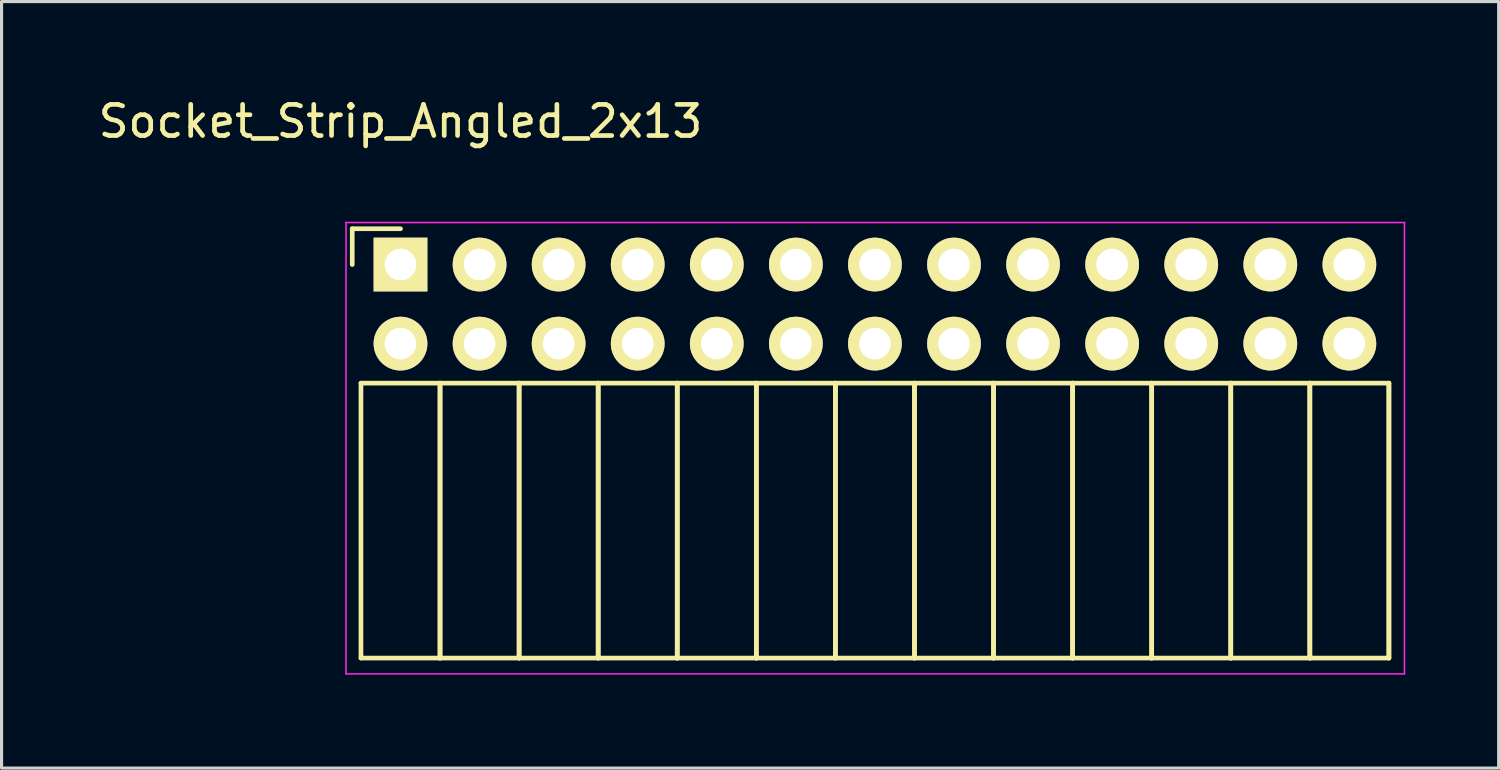
<source format=kicad_pcb>
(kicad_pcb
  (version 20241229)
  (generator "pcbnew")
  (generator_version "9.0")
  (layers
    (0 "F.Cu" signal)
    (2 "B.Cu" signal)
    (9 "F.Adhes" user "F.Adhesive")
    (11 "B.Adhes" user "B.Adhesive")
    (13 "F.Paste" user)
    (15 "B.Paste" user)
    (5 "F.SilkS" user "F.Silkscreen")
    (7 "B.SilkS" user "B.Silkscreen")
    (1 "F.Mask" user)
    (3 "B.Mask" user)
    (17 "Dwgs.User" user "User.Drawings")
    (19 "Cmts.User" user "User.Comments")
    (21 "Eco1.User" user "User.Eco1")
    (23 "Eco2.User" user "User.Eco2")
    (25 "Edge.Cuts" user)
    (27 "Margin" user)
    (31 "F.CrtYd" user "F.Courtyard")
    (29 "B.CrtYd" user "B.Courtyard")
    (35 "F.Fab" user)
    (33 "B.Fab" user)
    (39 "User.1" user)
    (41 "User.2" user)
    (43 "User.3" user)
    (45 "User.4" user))
  (footprint "Socket_Strip_Angled_2x13"
    (layer "F.Cu")
    (at 9.815 5.448)
    (property "Reference" "Socket_Strip_Angled_2x13" (at 0 -4.6 0) (layer "F.SilkS") (effects (font (size 1 1) (thickness 0.15))))
    (attr through_hole)
    (fp_line (start -1.55 -1.15) (end -1.55 0) (stroke (width 0.15) (type solid)) (layer "F.SilkS"))
    (fp_line (start -1.27 3.81) (end -1.27 12.64) (stroke (width 0.15) (type solid)) (layer "F.SilkS"))
    (fp_line (start -1.27 3.81) (end 1.27 3.81) (stroke (width 0.15) (type solid)) (layer "F.SilkS"))
    (fp_line (start -1.27 12.64) (end 1.27 12.64) (stroke (width 0.15) (type solid)) (layer "F.SilkS"))
    (fp_line (start 0 -1.15) (end -1.55 -1.15) (stroke (width 0.15) (type solid)) (layer "F.SilkS"))
    (fp_line (start 1.27 3.81) (end 1.27 12.64) (stroke (width 0.15) (type solid)) (layer "F.SilkS"))
    (fp_line (start 1.27 3.81) (end 3.81 3.81) (stroke (width 0.15) (type solid)) (layer "F.SilkS"))
    (fp_line (start 1.27 12.64) (end 1.27 3.81) (stroke (width 0.15) (type solid)) (layer "F.SilkS"))
    (fp_line (start 1.27 12.64) (end 3.81 12.64) (stroke (width 0.15) (type solid)) (layer "F.SilkS"))
    (fp_line (start 3.81 3.81) (end 3.81 12.64) (stroke (width 0.15) (type solid)) (layer "F.SilkS"))
    (fp_line (start 3.81 3.81) (end 6.35 3.81) (stroke (width 0.15) (type solid)) (layer "F.SilkS"))
    (fp_line (start 3.81 12.64) (end 3.81 3.81) (stroke (width 0.15) (type solid)) (layer "F.SilkS"))
    (fp_line (start 3.81 12.64) (end 6.35 12.64) (stroke (width 0.15) (type solid)) (layer "F.SilkS"))
    (fp_line (start 6.35 3.81) (end 6.35 12.64) (stroke (width 0.15) (type solid)) (layer "F.SilkS"))
    (fp_line (start 6.35 3.81) (end 8.89 3.81) (stroke (width 0.15) (type solid)) (layer "F.SilkS"))
    (fp_line (start 6.35 12.64) (end 6.35 3.81) (stroke (width 0.15) (type solid)) (layer "F.SilkS"))
    (fp_line (start 6.35 12.64) (end 8.89 12.64) (stroke (width 0.15) (type solid)) (layer "F.SilkS"))
    (fp_line (start 8.89 3.81) (end 8.89 12.64) (stroke (width 0.15) (type solid)) (layer "F.SilkS"))
    (fp_line (start 8.89 3.81) (end 11.43 3.81) (stroke (width 0.15) (type solid)) (layer "F.SilkS"))
    (fp_line (start 8.89 12.64) (end 8.89 3.81) (stroke (width 0.15) (type solid)) (layer "F.SilkS"))
    (fp_line (start 8.89 12.64) (end 11.43 12.64) (stroke (width 0.15) (type solid)) (layer "F.SilkS"))
    (fp_line (start 11.43 3.81) (end 11.43 12.64) (stroke (width 0.15) (type solid)) (layer "F.SilkS"))
    (fp_line (start 11.43 3.81) (end 13.97 3.81) (stroke (width 0.15) (type solid)) (layer "F.SilkS"))
    (fp_line (start 11.43 12.64) (end 11.43 3.81) (stroke (width 0.15) (type solid)) (layer "F.SilkS"))
    (fp_line (start 11.43 12.64) (end 13.97 12.64) (stroke (width 0.15) (type solid)) (layer "F.SilkS"))
    (fp_line (start 13.97 3.81) (end 13.97 12.64) (stroke (width 0.15) (type solid)) (layer "F.SilkS"))
    (fp_line (start 13.97 3.81) (end 16.51 3.81) (stroke (width 0.15) (type solid)) (layer "F.SilkS"))
    (fp_line (start 13.97 12.64) (end 13.97 3.81) (stroke (width 0.15) (type solid)) (layer "F.SilkS"))
    (fp_line (start 13.97 12.64) (end 16.51 12.64) (stroke (width 0.15) (type solid)) (layer "F.SilkS"))
    (fp_line (start 16.51 3.81) (end 16.51 12.64) (stroke (width 0.15) (type solid)) (layer "F.SilkS"))
    (fp_line (start 16.51 3.81) (end 19.05 3.81) (stroke (width 0.15) (type solid)) (layer "F.SilkS"))
    (fp_line (start 16.51 12.64) (end 16.51 3.81) (stroke (width 0.15) (type solid)) (layer "F.SilkS"))
    (fp_line (start 16.51 12.64) (end 19.05 12.64) (stroke (width 0.15) (type solid)) (layer "F.SilkS"))
    (fp_line (start 19.05 3.81) (end 19.05 12.64) (stroke (width 0.15) (type solid)) (layer "F.SilkS"))
    (fp_line (start 19.05 3.81) (end 21.59 3.81) (stroke (width 0.15) (type solid)) (layer "F.SilkS"))
    (fp_line (start 19.05 12.64) (end 19.05 3.81) (stroke (width 0.15) (type solid)) (layer "F.SilkS"))
    (fp_line (start 19.05 12.64) (end 21.59 12.64) (stroke (width 0.15) (type solid)) (layer "F.SilkS"))
    (fp_line (start 21.59 3.81) (end 21.59 12.64) (stroke (width 0.15) (type solid)) (layer "F.SilkS"))
    (fp_line (start 21.59 3.81) (end 24.13 3.81) (stroke (width 0.15) (type solid)) (layer "F.SilkS"))
    (fp_line (start 21.59 12.64) (end 21.59 3.81) (stroke (width 0.15) (type solid)) (layer "F.SilkS"))
    (fp_line (start 21.59 12.64) (end 24.13 12.64) (stroke (width 0.15) (type solid)) (layer "F.SilkS"))
    (fp_line (start 24.13 3.81) (end 24.13 12.64) (stroke (width 0.15) (type solid)) (layer "F.SilkS"))
    (fp_line (start 24.13 3.81) (end 26.67 3.81) (stroke (width 0.15) (type solid)) (layer "F.SilkS"))
    (fp_line (start 24.13 12.64) (end 24.13 3.81) (stroke (width 0.15) (type solid)) (layer "F.SilkS"))
    (fp_line (start 24.13 12.64) (end 26.67 12.64) (stroke (width 0.15) (type solid)) (layer "F.SilkS"))
    (fp_line (start 26.67 3.81) (end 26.67 12.64) (stroke (width 0.15) (type solid)) (layer "F.SilkS"))
    (fp_line (start 26.67 3.81) (end 29.21 3.81) (stroke (width 0.15) (type solid)) (layer "F.SilkS"))
    (fp_line (start 26.67 12.64) (end 26.67 3.81) (stroke (width 0.15) (type solid)) (layer "F.SilkS"))
    (fp_line (start 26.67 12.64) (end 29.21 12.64) (stroke (width 0.15) (type solid)) (layer "F.SilkS"))
    (fp_line (start 29.21 3.81) (end 29.21 12.64) (stroke (width 0.15) (type solid)) (layer "F.SilkS"))
    (fp_line (start 29.21 3.81) (end 31.75 3.81) (stroke (width 0.15) (type solid)) (layer "F.SilkS"))
    (fp_line (start 29.21 12.64) (end 29.21 3.81) (stroke (width 0.15) (type solid)) (layer "F.SilkS"))
    (fp_line (start 29.21 12.64) (end 31.75 12.64) (stroke (width 0.15) (type solid)) (layer "F.SilkS"))
    (fp_line (start 31.75 3.81) (end 31.75 12.64) (stroke (width 0.15) (type solid)) (layer "F.SilkS"))
    (fp_line (start 31.75 12.64) (end 31.75 3.81) (stroke (width 0.15) (type solid)) (layer "F.SilkS"))
    (fp_line (start -1.75 -1.35) (end -1.75 13.15) (stroke (width 0.05) (type solid)) (layer "F.CrtYd"))
    (fp_line (start -1.75 -1.35) (end 32.25 -1.35) (stroke (width 0.05) (type solid)) (layer "F.CrtYd"))
    (fp_line (start -1.75 13.15) (end 32.25 13.15) (stroke (width 0.05) (type solid)) (layer "F.CrtYd"))
    (fp_line (start 32.25 -1.35) (end 32.25 13.15) (stroke (width 0.05) (type solid)) (layer "F.CrtYd"))
    (pad "1" thru_hole rect (at 0 0) (size 1.727 1.727) (drill 1.016) (layers "*.Cu" "*.Mask" "F.SilkS"))
    (pad "2" thru_hole oval (at 0 2.54) (size 1.727 1.727) (drill 1.016) (layers "*.Cu" "*.Mask" "F.SilkS"))
    (pad "3" thru_hole oval (at 2.54 0) (size 1.727 1.727) (drill 1.016) (layers "*.Cu" "*.Mask" "F.SilkS"))
    (pad "4" thru_hole oval (at 2.54 2.54) (size 1.727 1.727) (drill 1.016) (layers "*.Cu" "*.Mask" "F.SilkS"))
    (pad "5" thru_hole oval (at 5.08 0) (size 1.727 1.727) (drill 1.016) (layers "*.Cu" "*.Mask" "F.SilkS"))
    (pad "6" thru_hole oval (at 5.08 2.54) (size 1.727 1.727) (drill 1.016) (layers "*.Cu" "*.Mask" "F.SilkS"))
    (pad "7" thru_hole oval (at 7.62 0) (size 1.727 1.727) (drill 1.016) (layers "*.Cu" "*.Mask" "F.SilkS"))
    (pad "8" thru_hole oval (at 7.62 2.54) (size 1.727 1.727) (drill 1.016) (layers "*.Cu" "*.Mask" "F.SilkS"))
    (pad "9" thru_hole oval (at 10.16 0) (size 1.727 1.727) (drill 1.016) (layers "*.Cu" "*.Mask" "F.SilkS"))
    (pad "10" thru_hole oval (at 10.16 2.54) (size 1.727 1.727) (drill 1.016) (layers "*.Cu" "*.Mask" "F.SilkS"))
    (pad "11" thru_hole oval (at 12.7 0) (size 1.727 1.727) (drill 1.016) (layers "*.Cu" "*.Mask" "F.SilkS"))
    (pad "12" thru_hole oval (at 12.7 2.54) (size 1.727 1.727) (drill 1.016) (layers "*.Cu" "*.Mask" "F.SilkS"))
    (pad "13" thru_hole oval (at 15.24 0) (size 1.727 1.727) (drill 1.016) (layers "*.Cu" "*.Mask" "F.SilkS"))
    (pad "14" thru_hole oval (at 15.24 2.54) (size 1.727 1.727) (drill 1.016) (layers "*.Cu" "*.Mask" "F.SilkS"))
    (pad "15" thru_hole oval (at 17.78 0) (size 1.727 1.727) (drill 1.016) (layers "*.Cu" "*.Mask" "F.SilkS"))
    (pad "16" thru_hole oval (at 17.78 2.54) (size 1.727 1.727) (drill 1.016) (layers "*.Cu" "*.Mask" "F.SilkS"))
    (pad "17" thru_hole oval (at 20.32 0) (size 1.727 1.727) (drill 1.016) (layers "*.Cu" "*.Mask" "F.SilkS"))
    (pad "18" thru_hole oval (at 20.32 2.54) (size 1.727 1.727) (drill 1.016) (layers "*.Cu" "*.Mask" "F.SilkS"))
    (pad "19" thru_hole oval (at 22.86 0) (size 1.727 1.727) (drill 1.016) (layers "*.Cu" "*.Mask" "F.SilkS"))
    (pad "20" thru_hole oval (at 22.86 2.54) (size 1.727 1.727) (drill 1.016) (layers "*.Cu" "*.Mask" "F.SilkS"))
    (pad "21" thru_hole oval (at 25.4 0) (size 1.727 1.727) (drill 1.016) (layers "*.Cu" "*.Mask" "F.SilkS"))
    (pad "22" thru_hole oval (at 25.4 2.54) (size 1.727 1.727) (drill 1.016) (layers "*.Cu" "*.Mask" "F.SilkS"))
    (pad "23" thru_hole oval (at 27.94 0) (size 1.727 1.727) (drill 1.016) (layers "*.Cu" "*.Mask" "F.SilkS"))
    (pad "24" thru_hole oval (at 27.94 2.54) (size 1.727 1.727) (drill 1.016) (layers "*.Cu" "*.Mask" "F.SilkS"))
    (pad "25" thru_hole oval (at 30.48 0) (size 1.727 1.727) (drill 1.016) (layers "*.Cu" "*.Mask" "F.SilkS"))
    (pad "26" thru_hole oval (at 30.48 2.54) (size 1.727 1.727) (drill 1.016) (layers "*.Cu" "*.Mask" "F.SilkS")))
  (gr_rect
    (start -3 -3)
    (end 45.09 21.623)
    (stroke (width 0.1) (type default))
    (fill no)
    (layer "Edge.Cuts")))
</source>
